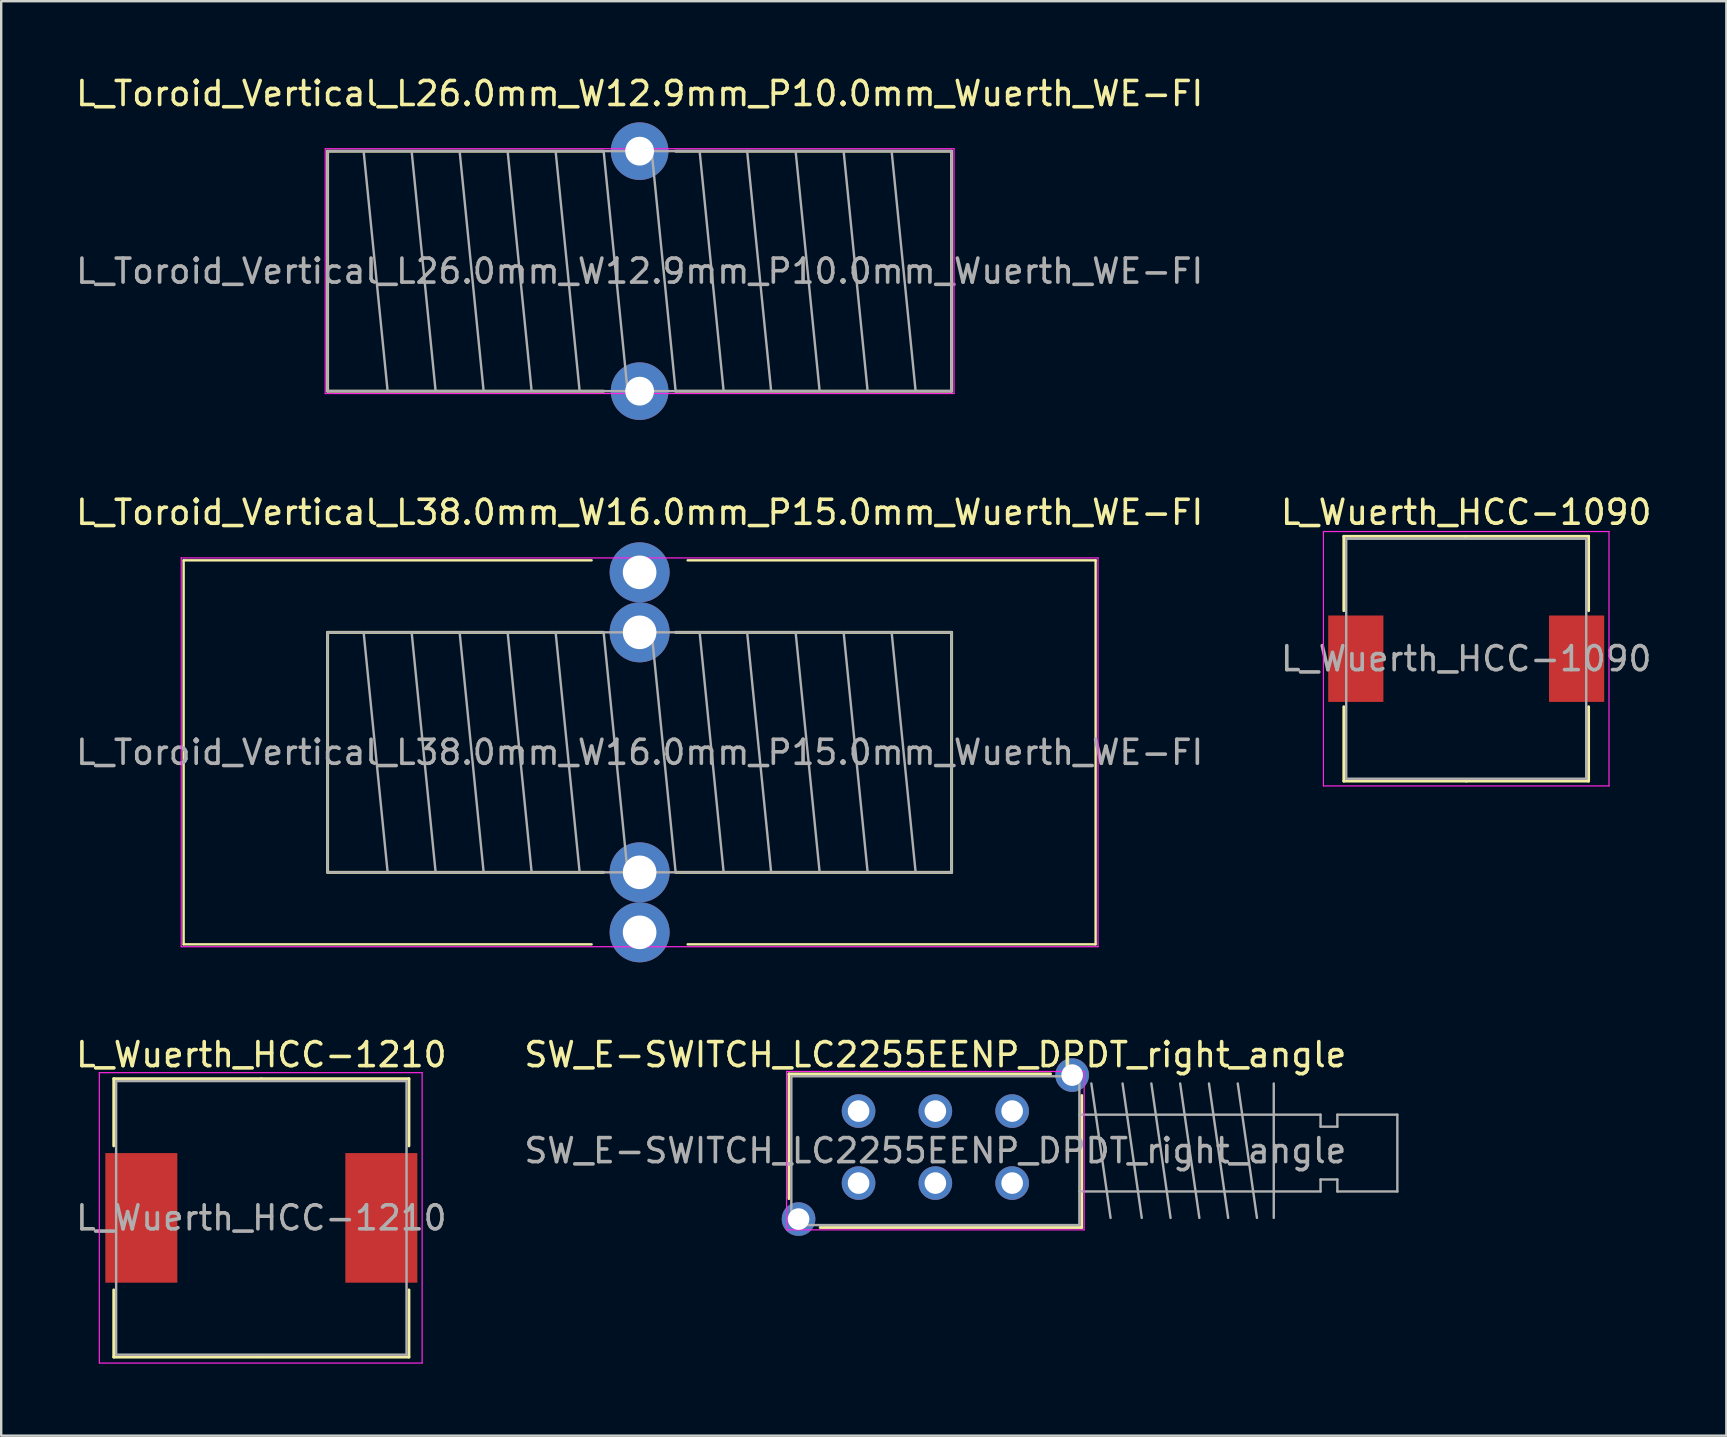
<source format=kicad_pcb>
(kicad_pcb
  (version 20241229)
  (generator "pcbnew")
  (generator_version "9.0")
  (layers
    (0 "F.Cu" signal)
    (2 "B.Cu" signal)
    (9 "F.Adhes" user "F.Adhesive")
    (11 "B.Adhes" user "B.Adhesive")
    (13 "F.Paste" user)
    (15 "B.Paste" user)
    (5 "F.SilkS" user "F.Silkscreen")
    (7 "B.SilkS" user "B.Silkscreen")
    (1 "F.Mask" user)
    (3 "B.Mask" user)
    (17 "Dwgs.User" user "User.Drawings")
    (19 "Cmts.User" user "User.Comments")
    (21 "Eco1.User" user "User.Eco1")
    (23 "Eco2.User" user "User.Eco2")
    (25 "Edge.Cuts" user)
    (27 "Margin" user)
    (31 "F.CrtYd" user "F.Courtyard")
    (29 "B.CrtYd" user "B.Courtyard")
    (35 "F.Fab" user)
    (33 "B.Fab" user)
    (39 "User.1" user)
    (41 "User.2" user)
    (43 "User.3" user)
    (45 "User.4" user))
  (footprint "L_Wuerth_HCC-1090"
    (layer "F.Cu")
    (at 58.042 24.396)
    (property "Reference" "L_Wuerth_HCC-1090" (at 0 -6.1 0) (layer "F.SilkS") (effects (font (size 1 1) (thickness 0.15))))
    (attr smd)
    (fp_line (start -5.1 -5.1) (end -0.025 -5.1) (stroke (width 0.12) (type solid)) (layer "F.SilkS"))
    (fp_line (start -5.1 -2) (end -5.1 -5.1) (stroke (width 0.12) (type solid)) (layer "F.SilkS"))
    (fp_line (start -5.1 2) (end -5.1 5.1) (stroke (width 0.12) (type solid)) (layer "F.SilkS"))
    (fp_line (start -5.1 5.1) (end 0 5.1) (stroke (width 0.12) (type solid)) (layer "F.SilkS"))
    (fp_line (start 5.1 -5.1) (end -0.025 -5.1) (stroke (width 0.12) (type solid)) (layer "F.SilkS"))
    (fp_line (start 5.1 -2) (end 5.1 -5.1) (stroke (width 0.12) (type solid)) (layer "F.SilkS"))
    (fp_line (start 5.1 2) (end 5.1 5.1) (stroke (width 0.12) (type solid)) (layer "F.SilkS"))
    (fp_line (start 5.1 5.1) (end 0 5.1) (stroke (width 0.12) (type solid)) (layer "F.SilkS"))
    (fp_line (start -5.95 -5.3) (end -5.95 5.3) (stroke (width 0.05) (type solid)) (layer "F.CrtYd"))
    (fp_line (start -5.95 5.3) (end 5.95 5.3) (stroke (width 0.05) (type solid)) (layer "F.CrtYd"))
    (fp_line (start 5.95 -5.3) (end -5.95 -5.3) (stroke (width 0.05) (type solid)) (layer "F.CrtYd"))
    (fp_line (start 5.95 5.3) (end 5.95 -5.3) (stroke (width 0.05) (type solid)) (layer "F.CrtYd"))
    (fp_line (start -5 -5) (end -5 5) (stroke (width 0.1) (type solid)) (layer "F.Fab"))
    (fp_line (start -5 5) (end 5 5) (stroke (width 0.1) (type solid)) (layer "F.Fab"))
    (fp_line (start 5 -5) (end -5 -5) (stroke (width 0.1) (type solid)) (layer "F.Fab"))
    (fp_line (start 5 5) (end 5 -5) (stroke (width 0.1) (type solid)) (layer "F.Fab"))
    (fp_text user "${REFERENCE}" (at 0 0 0) (layer "F.Fab") (effects (font (size 1 1) (thickness 0.15))))
    (pad "1" smd rect (at -4.6 0) (size 2.3 3.6) (layers "F.Cu" "F.Mask" "F.Paste"))
    (pad "2" smd rect (at 4.6 0) (size 2.3 3.6) (layers "F.Cu" "F.Mask" "F.Paste")))
  (footprint "L_Toroid_Vertical_L26.0mm_W12.9mm_P10.0mm_Wuerth_WE-FI"
    (layer "F.Cu")
    (at 23.601 8.248)
    (property "Reference" "L_Toroid_Vertical_L26.0mm_W12.9mm_P10.0mm_Wuerth_WE-FI" (at 0 -7.4 0) (layer "F.SilkS") (effects (font (size 1 1) (thickness 0.15))))
    (attr through_hole)
    (fp_line (start -13 -5) (end -13 5) (stroke (width 0.12) (type solid)) (layer "F.SilkS"))
    (fp_line (start -13 -5) (end -1.5 -5) (stroke (width 0.12) (type solid)) (layer "F.SilkS"))
    (fp_line (start -13 5) (end -1.5 5) (stroke (width 0.12) (type solid)) (layer "F.SilkS"))
    (fp_line (start 1.5 -5) (end 13 -5) (stroke (width 0.12) (type solid)) (layer "F.SilkS"))
    (fp_line (start 1.5 5) (end 13 5) (stroke (width 0.12) (type solid)) (layer "F.SilkS"))
    (fp_line (start 13 -5) (end 13 5) (stroke (width 0.12) (type solid)) (layer "F.SilkS"))
    (fp_line (start -13.1 -5.1) (end -13.1 5.1) (stroke (width 0.05) (type solid)) (layer "F.CrtYd"))
    (fp_line (start -13.1 5.1) (end 13.1 5.1) (stroke (width 0.05) (type solid)) (layer "F.CrtYd"))
    (fp_line (start 13.1 -5.1) (end -13.1 -5.1) (stroke (width 0.05) (type solid)) (layer "F.CrtYd"))
    (fp_line (start 13.1 5.1) (end 13.1 -5.1) (stroke (width 0.05) (type solid)) (layer "F.CrtYd"))
    (fp_line (start -13 -5) (end -13 5) (stroke (width 0.1) (type solid)) (layer "F.Fab"))
    (fp_line (start -13 5) (end 13 5) (stroke (width 0.1) (type solid)) (layer "F.Fab"))
    (fp_line (start -11.5 -5) (end -10.5 5) (stroke (width 0.1) (type solid)) (layer "F.Fab"))
    (fp_line (start -9.5 -5) (end -8.5 5) (stroke (width 0.1) (type solid)) (layer "F.Fab"))
    (fp_line (start -7.5 -5) (end -6.5 5) (stroke (width 0.1) (type solid)) (layer "F.Fab"))
    (fp_line (start -5.5 -5) (end -4.5 5) (stroke (width 0.1) (type solid)) (layer "F.Fab"))
    (fp_line (start -3.5 -5) (end -2.5 5) (stroke (width 0.1) (type solid)) (layer "F.Fab"))
    (fp_line (start -1.5 -5) (end -0.5 5) (stroke (width 0.1) (type solid)) (layer "F.Fab"))
    (fp_line (start 0.5 -5) (end 1.5 5) (stroke (width 0.1) (type solid)) (layer "F.Fab"))
    (fp_line (start 2.5 -5) (end 3.5 5) (stroke (width 0.1) (type solid)) (layer "F.Fab"))
    (fp_line (start 4.479 -5.011) (end 5.479 4.989) (stroke (width 0.1) (type solid)) (layer "F.Fab"))
    (fp_line (start 6.5 -5) (end 7.5 5) (stroke (width 0.1) (type solid)) (layer "F.Fab"))
    (fp_line (start 8.5 -5) (end 9.5 5) (stroke (width 0.1) (type solid)) (layer "F.Fab"))
    (fp_line (start 10.5 -5) (end 11.5 5) (stroke (width 0.1) (type solid)) (layer "F.Fab"))
    (fp_line (start 13 -5) (end -13 -5) (stroke (width 0.1) (type solid)) (layer "F.Fab"))
    (fp_line (start 13 5) (end 13 -5) (stroke (width 0.1) (type solid)) (layer "F.Fab"))
    (fp_text user "${REFERENCE}" (at 0 0 0) (layer "F.Fab") (effects (font (size 1 1) (thickness 0.15))))
    (pad "1" thru_hole circle (at 0 -5) (size 2.4 2.4) (drill 1.2) (layers "*.Cu" "*.Mask"))
    (pad "2" thru_hole circle (at 0 5) (size 2.4 2.4) (drill 1.2) (layers "*.Cu" "*.Mask")))
  (footprint "L_Toroid_Vertical_L38.0mm_W16.0mm_P15.0mm_Wuerth_WE-FI"
    (layer "F.Cu")
    (at 23.601 28.297)
    (property "Reference" "L_Toroid_Vertical_L38.0mm_W16.0mm_P15.0mm_Wuerth_WE-FI" (at 0 -10 0) (layer "F.SilkS") (effects (font (size 1 1) (thickness 0.15))))
    (attr through_hole)
    (fp_line (start -19 -8) (end -2 -8) (stroke (width 0.1) (type default)) (layer "F.SilkS"))
    (fp_line (start -19 8) (end -19 -8) (stroke (width 0.1) (type default)) (layer "F.SilkS"))
    (fp_line (start -19 8) (end -2 8) (stroke (width 0.1) (type default)) (layer "F.SilkS"))
    (fp_line (start -13 -5) (end -13 5) (stroke (width 0.12) (type solid)) (layer "F.SilkS"))
    (fp_line (start -13 -5) (end -1.5 -5) (stroke (width 0.12) (type solid)) (layer "F.SilkS"))
    (fp_line (start -13 5) (end -1.5 5) (stroke (width 0.12) (type solid)) (layer "F.SilkS"))
    (fp_line (start 1.5 -5) (end 13 -5) (stroke (width 0.12) (type solid)) (layer "F.SilkS"))
    (fp_line (start 1.5 5) (end 13 5) (stroke (width 0.12) (type solid)) (layer "F.SilkS"))
    (fp_line (start 13 -5) (end 13 5) (stroke (width 0.12) (type solid)) (layer "F.SilkS"))
    (fp_line (start 19 -8) (end 2 -8) (stroke (width 0.1) (type default)) (layer "F.SilkS"))
    (fp_line (start 19 8) (end 2 8) (stroke (width 0.1) (type default)) (layer "F.SilkS"))
    (fp_line (start 19 8) (end 19 -8) (stroke (width 0.1) (type default)) (layer "F.SilkS"))
    (fp_line (start -19.1 -8.1) (end -19.1 8.1) (stroke (width 0.05) (type solid)) (layer "F.CrtYd"))
    (fp_line (start -19.1 8.1) (end 19.1 8.1) (stroke (width 0.05) (type solid)) (layer "F.CrtYd"))
    (fp_line (start 19.1 -8.1) (end -19.1 -8.1) (stroke (width 0.05) (type solid)) (layer "F.CrtYd"))
    (fp_line (start 19.1 8.1) (end 19.1 -8.1) (stroke (width 0.05) (type solid)) (layer "F.CrtYd"))
    (fp_line (start -13 -5) (end -13 5) (stroke (width 0.1) (type solid)) (layer "F.Fab"))
    (fp_line (start -13 5) (end 13 5) (stroke (width 0.1) (type solid)) (layer "F.Fab"))
    (fp_line (start -11.5 -5) (end -10.5 5) (stroke (width 0.1) (type solid)) (layer "F.Fab"))
    (fp_line (start -9.5 -5) (end -8.5 5) (stroke (width 0.1) (type solid)) (layer "F.Fab"))
    (fp_line (start -7.5 -5) (end -6.5 5) (stroke (width 0.1) (type solid)) (layer "F.Fab"))
    (fp_line (start -5.5 -5) (end -4.5 5) (stroke (width 0.1) (type solid)) (layer "F.Fab"))
    (fp_line (start -3.5 -5) (end -2.5 5) (stroke (width 0.1) (type solid)) (layer "F.Fab"))
    (fp_line (start -1.5 -5) (end -0.5 5) (stroke (width 0.1) (type solid)) (layer "F.Fab"))
    (fp_line (start 0.5 -5) (end 1.5 5) (stroke (width 0.1) (type solid)) (layer "F.Fab"))
    (fp_line (start 2.5 -5) (end 3.5 5) (stroke (width 0.1) (type solid)) (layer "F.Fab"))
    (fp_line (start 4.479 -5.011) (end 5.479 4.989) (stroke (width 0.1) (type solid)) (layer "F.Fab"))
    (fp_line (start 6.5 -5) (end 7.5 5) (stroke (width 0.1) (type solid)) (layer "F.Fab"))
    (fp_line (start 8.5 -5) (end 9.5 5) (stroke (width 0.1) (type solid)) (layer "F.Fab"))
    (fp_line (start 10.5 -5) (end 11.5 5) (stroke (width 0.1) (type solid)) (layer "F.Fab"))
    (fp_line (start 13 -5) (end -13 -5) (stroke (width 0.1) (type solid)) (layer "F.Fab"))
    (fp_line (start 13 5) (end 13 -5) (stroke (width 0.1) (type solid)) (layer "F.Fab"))
    (fp_text user "${REFERENCE}" (at 0 0 0) (layer "F.Fab") (effects (font (size 1 1) (thickness 0.15))))
    (pad "1" thru_hole circle (at 0 -7.5) (size 2.5 2.5) (drill 1.4) (layers "*.Cu" "*.Mask"))
    (pad "1" thru_hole circle (at 0 -5) (size 2.5 2.5) (drill 1.4) (layers "*.Cu" "*.Mask"))
    (pad "2" thru_hole circle (at 0 5) (size 2.5 2.5) (drill 1.4) (layers "*.Cu" "*.Mask"))
    (pad "2" thru_hole circle (at 0 7.5) (size 2.5 2.5) (drill 1.4) (layers "*.Cu" "*.Mask")))
  (footprint "SW_E-SWITCH_LC2255EENP_DPDT_right_angle"
    (layer "F.Cu")
    (at 35.923 44.895)
    (property "Reference" "SW_E-SWITCH_LC2255EENP_DPDT_right_angle" (at 0 -4 0) (layer "F.SilkS") (effects (font (size 1 1) (thickness 0.15))))
    (attr through_hole)
    (fp_line (start -6.1 -3.2) (end -6.1 2) (stroke (width 0.12) (type solid)) (layer "F.SilkS"))
    (fp_line (start -4.8 3.2) (end 6.1 3.2) (stroke (width 0.12) (type solid)) (layer "F.SilkS"))
    (fp_line (start 4.8 -3.2) (end -6.1 -3.2) (stroke (width 0.12) (type solid)) (layer "F.SilkS"))
    (fp_line (start 6.1 -2.3) (end 6.1 3.2) (stroke (width 0.12) (type solid)) (layer "F.SilkS"))
    (fp_line (start -6.2 -3.3) (end 6.2 -3.3) (stroke (width 0.05) (type solid)) (layer "F.CrtYd"))
    (fp_line (start -6.2 3.3) (end -6.2 -3.3) (stroke (width 0.05) (type solid)) (layer "F.CrtYd"))
    (fp_line (start 6.2 -3.3) (end 6.2 3.3) (stroke (width 0.05) (type solid)) (layer "F.CrtYd"))
    (fp_line (start 6.2 3.3) (end -6.2 3.3) (stroke (width 0.05) (type solid)) (layer "F.CrtYd"))
    (fp_line (start -6 -3.1) (end 6 -3.1) (stroke (width 0.1) (type solid)) (layer "F.Fab"))
    (fp_line (start -6 3.1) (end -6 -3.1) (stroke (width 0.1) (type solid)) (layer "F.Fab"))
    (fp_line (start 6 -3.1) (end 6 3.1) (stroke (width 0.1) (type solid)) (layer "F.Fab"))
    (fp_line (start 6 3.1) (end -6 3.1) (stroke (width 0.1) (type solid)) (layer "F.Fab"))
    (fp_line (start 6.5 -2.8) (end 7.3 2.8) (stroke (width 0.1) (type default)) (layer "F.Fab"))
    (fp_line (start 7.8 -2.8) (end 8.6 2.8) (stroke (width 0.1) (type default)) (layer "F.Fab"))
    (fp_line (start 9 -2.8) (end 9.8 2.8) (stroke (width 0.1) (type default)) (layer "F.Fab"))
    (fp_line (start 10.2 -2.8) (end 11 2.8) (stroke (width 0.1) (type default)) (layer "F.Fab"))
    (fp_line (start 11.4 -2.8) (end 12.2 2.8) (stroke (width 0.1) (type default)) (layer "F.Fab"))
    (fp_line (start 12.6 -2.8) (end 13.4 2.8) (stroke (width 0.1) (type default)) (layer "F.Fab"))
    (fp_line (start 14.1 -2.8) (end 14.1 2.8) (stroke (width 0.1) (type default)) (layer "F.Fab"))
    (fp_line (start 16.05 -1.5) (end 6 -1.5) (stroke (width 0.1) (type default)) (layer "F.Fab"))
    (fp_line (start 16.05 -1) (end 16.05 -1.5) (stroke (width 0.1) (type default)) (layer "F.Fab"))
    (fp_line (start 16.05 1.2) (end 16.75 1.2) (stroke (width 0.1) (type default)) (layer "F.Fab"))
    (fp_line (start 16.05 1.7) (end 6 1.7) (stroke (width 0.1) (type default)) (layer "F.Fab"))
    (fp_line (start 16.05 1.7) (end 16.05 1.2) (stroke (width 0.1) (type default)) (layer "F.Fab"))
    (fp_line (start 16.75 -1.5) (end 16.75 -1) (stroke (width 0.1) (type default)) (layer "F.Fab"))
    (fp_line (start 16.75 -1) (end 16.05 -1) (stroke (width 0.1) (type default)) (layer "F.Fab"))
    (fp_line (start 16.75 1.2) (end 16.75 1.7) (stroke (width 0.1) (type default)) (layer "F.Fab"))
    (fp_line (start 19.25 -1.5) (end 16.75 -1.5) (stroke (width 0.1) (type default)) (layer "F.Fab"))
    (fp_line (start 19.25 -1.5) (end 19.25 1.7) (stroke (width 0.1) (type default)) (layer "F.Fab"))
    (fp_line (start 19.25 1.7) (end 16.75 1.7) (stroke (width 0.1) (type default)) (layer "F.Fab"))
    (fp_text user "${REFERENCE}" (at 0 0 0) (layer "F.Fab") (effects (font (size 1 1) (thickness 0.15))))
    (pad "1" thru_hole circle (at -3.2 -1.65) (size 1.4 1.4) (drill 0.9) (layers "*.Cu" "*.Mask"))
    (pad "2" thru_hole circle (at 0 -1.65) (size 1.4 1.4) (drill 0.9) (layers "*.Cu" "*.Mask"))
    (pad "3" thru_hole circle (at 3.2 -1.65) (size 1.4 1.4) (drill 0.9) (layers "*.Cu" "*.Mask"))
    (pad "4" thru_hole circle (at 3.2 1.35) (size 1.4 1.4) (drill 0.9) (layers "*.Cu" "*.Mask"))
    (pad "5" thru_hole circle (at 0 1.35) (size 1.4 1.4) (drill 0.9) (layers "*.Cu" "*.Mask"))
    (pad "6" thru_hole circle (at -3.2 1.35) (size 1.4 1.4) (drill 0.9) (layers "*.Cu" "*.Mask"))
    (pad "7" thru_hole circle (at -5.7 2.85) (size 1.4 1.4) (drill 0.9) (layers "*.Cu" "*.Mask"))
    (pad "7" thru_hole circle (at 5.7 -3.15) (size 1.4 1.4) (drill 0.9) (layers "*.Cu" "*.Mask")))
  (footprint "L_Wuerth_HCC-1210"
    (layer "F.Cu")
    (at 7.839 47.695)
    (property "Reference" "L_Wuerth_HCC-1210" (at 0 -6.8 0) (layer "F.SilkS") (effects (font (size 1 1) (thickness 0.15))))
    (attr smd)
    (fp_line (start -6.15 -5.8) (end 0 -5.8) (stroke (width 0.12) (type solid)) (layer "F.SilkS"))
    (fp_line (start -6.15 -3) (end -6.15 -5.8) (stroke (width 0.12) (type solid)) (layer "F.SilkS"))
    (fp_line (start -6.15 3) (end -6.15 5.8) (stroke (width 0.12) (type solid)) (layer "F.SilkS"))
    (fp_line (start -6.15 5.8) (end -0.05 5.8) (stroke (width 0.12) (type solid)) (layer "F.SilkS"))
    (fp_line (start 6.15 -5.8) (end 0 -5.8) (stroke (width 0.12) (type solid)) (layer "F.SilkS"))
    (fp_line (start 6.15 -3) (end 6.15 -5.8) (stroke (width 0.12) (type solid)) (layer "F.SilkS"))
    (fp_line (start 6.15 3) (end 6.15 5.8) (stroke (width 0.12) (type solid)) (layer "F.SilkS"))
    (fp_line (start 6.15 5.8) (end 0 5.8) (stroke (width 0.12) (type solid)) (layer "F.SilkS"))
    (fp_line (start -6.75 -6.05) (end -6.75 6.05) (stroke (width 0.05) (type solid)) (layer "F.CrtYd"))
    (fp_line (start -6.75 6.05) (end 6.7 6.05) (stroke (width 0.05) (type solid)) (layer "F.CrtYd"))
    (fp_line (start 6.7 -6.05) (end -6.75 -6.05) (stroke (width 0.05) (type solid)) (layer "F.CrtYd"))
    (fp_line (start 6.7 6.05) (end 6.7 -6.05) (stroke (width 0.05) (type solid)) (layer "F.CrtYd"))
    (fp_line (start -6.05 -5.7) (end -6.05 5.7) (stroke (width 0.1) (type solid)) (layer "F.Fab"))
    (fp_line (start -6.05 5.7) (end 6.05 5.7) (stroke (width 0.1) (type solid)) (layer "F.Fab"))
    (fp_line (start 6.05 -5.7) (end -6.05 -5.7) (stroke (width 0.1) (type solid)) (layer "F.Fab"))
    (fp_line (start 6.05 5.7) (end 6.05 -5.7) (stroke (width 0.1) (type solid)) (layer "F.Fab"))
    (fp_text user "${REFERENCE}" (at 0 0 0) (layer "F.Fab") (effects (font (size 1 1) (thickness 0.15))))
    (pad "1" smd rect (at -5 0) (size 3 5.4) (layers "F.Cu" "F.Mask" "F.Paste"))
    (pad "2" smd rect (at 5 0) (size 3 5.4) (layers "F.Cu" "F.Mask" "F.Paste")))
  (gr_rect
    (start -3 -3)
    (end 68.881 56.77)
    (stroke (width 0.1) (type default))
    (fill no)
    (layer "Edge.Cuts")))
</source>
